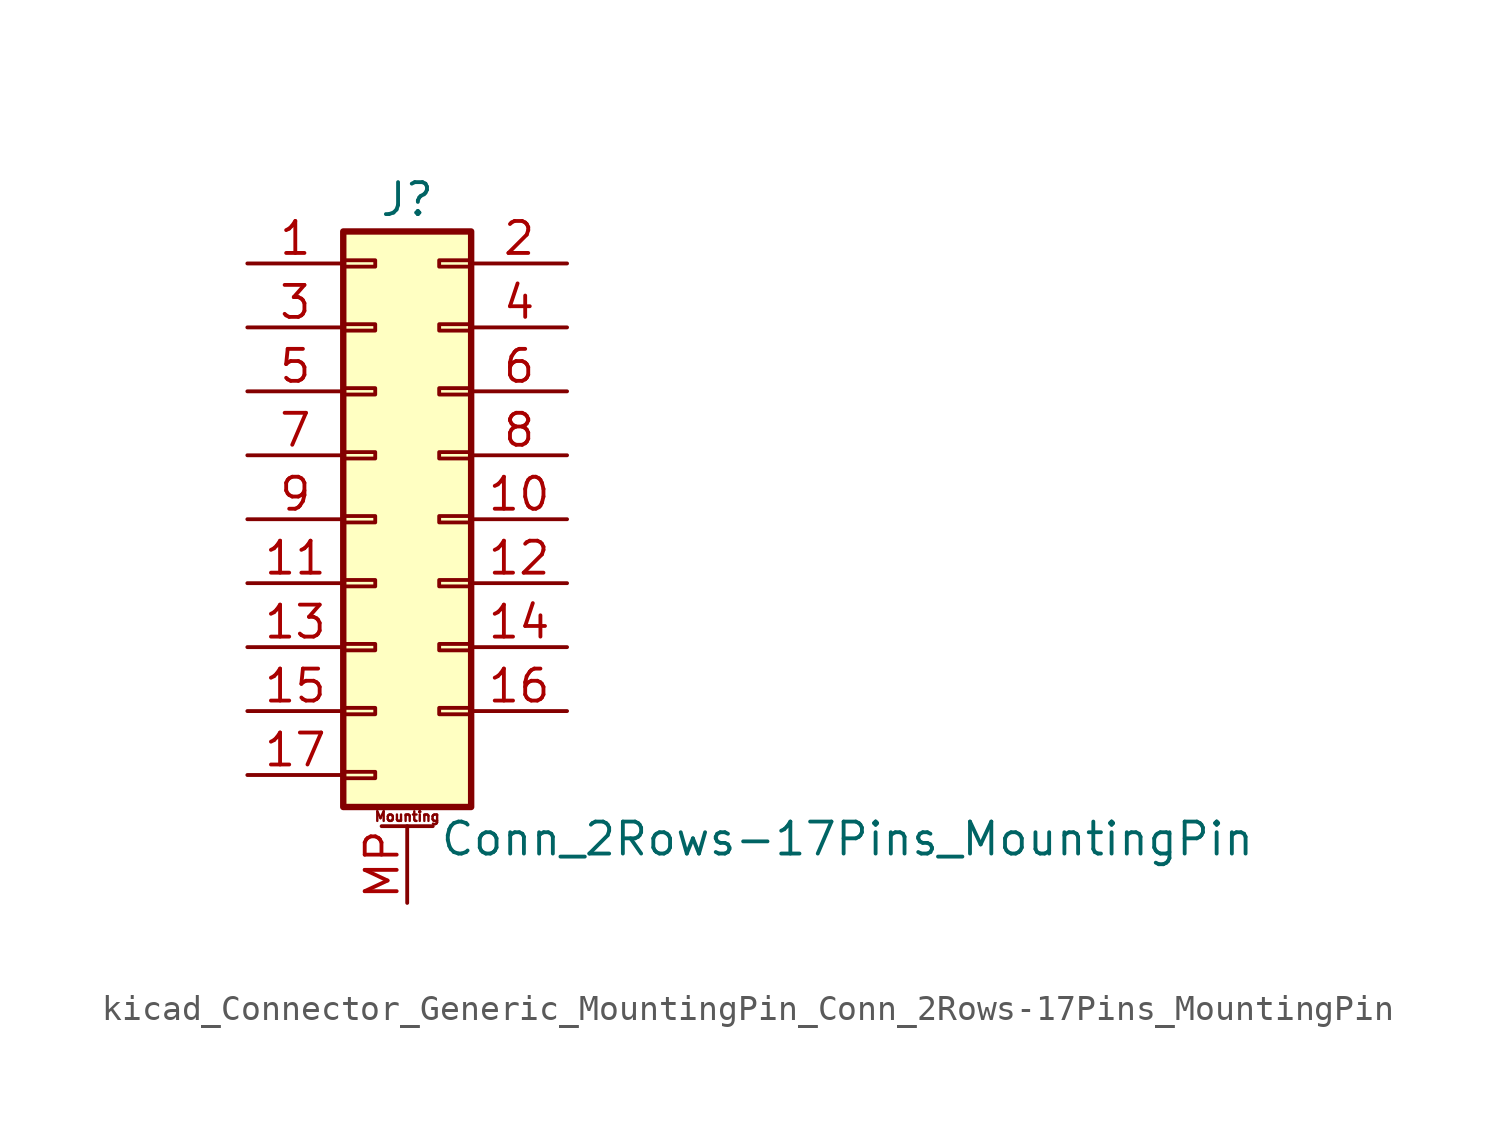
<source format=kicad_sym>
(kicad_symbol_lib
  (version 20220914)
  (generator kicad_symbol_editor)
  (symbol "kicad_Connector_Generic_MountingPin_Conn_2Rows-17Pins_MountingPin"
    (pin_names
      (offset 1.016) hide)
    (property "Reference" "J"
      (at 1.27 12.7 0)
      (effects (font (size 1.27 1.27))))
    (property "Value" "Conn_2Rows-17Pins_MountingPin"
      (at 2.54 -12.7 0)
      (effects (font (size 1.27 1.27)) (justify left)))
    (symbol "kicad_Connector_Generic_MountingPin_Conn_2Rows-17Pins_MountingPin_1_1"
      (rectangle (start -1.27 -10.033) (end 0 -10.287) (stroke (width 0.152) (type default)) (fill (type none)))
      (rectangle (start -1.27 -7.493) (end 0 -7.747) (stroke (width 0.152) (type default)) (fill (type none)))
      (rectangle (start -1.27 -4.953) (end 0 -5.207) (stroke (width 0.152) (type default)) (fill (type none)))
      (rectangle (start -1.27 -2.413) (end 0 -2.667) (stroke (width 0.152) (type default)) (fill (type none)))
      (rectangle (start -1.27 0.127) (end 0 -0.127) (stroke (width 0.152) (type default)) (fill (type none)))
      (rectangle (start -1.27 2.667) (end 0 2.413) (stroke (width 0.152) (type default)) (fill (type none)))
      (rectangle (start -1.27 5.207) (end 0 4.953) (stroke (width 0.152) (type default)) (fill (type none)))
      (rectangle (start -1.27 7.747) (end 0 7.493) (stroke (width 0.152) (type default)) (fill (type none)))
      (rectangle (start -1.27 10.287) (end 0 10.033) (stroke (width 0.152) (type default)) (fill (type none)))
      (rectangle (start -1.27 11.43) (end 3.81 -11.43) (stroke (width 0.254) (type default)) (fill (type background)))
      (polyline (pts (xy 0.254 -12.192) (xy 2.286 -12.192)) (stroke (width 0.152) (type default)) (fill (type none)))
      (rectangle (start 3.81 -7.493) (end 2.54 -7.747) (stroke (width 0.152) (type default)) (fill (type none)))
      (rectangle (start 3.81 -4.953) (end 2.54 -5.207) (stroke (width 0.152) (type default)) (fill (type none)))
      (rectangle (start 3.81 -2.413) (end 2.54 -2.667) (stroke (width 0.152) (type default)) (fill (type none)))
      (rectangle (start 3.81 0.127) (end 2.54 -0.127) (stroke (width 0.152) (type default)) (fill (type none)))
      (rectangle (start 3.81 2.667) (end 2.54 2.413) (stroke (width 0.152) (type default)) (fill (type none)))
      (rectangle (start 3.81 5.207) (end 2.54 4.953) (stroke (width 0.152) (type default)) (fill (type none)))
      (rectangle (start 3.81 7.747) (end 2.54 7.493) (stroke (width 0.152) (type default)) (fill (type none)))
      (rectangle (start 3.81 10.287) (end 2.54 10.033) (stroke (width 0.152) (type default)) (fill (type none)))
      (text "Mounting" (at 1.27 -11.811 0) (effects (font (size 0.381 0.381))))
      (pin passive line (at -5.08 10.16 0) (length 3.81) (name "Pin_1" (effects (font (size 1.27 1.27)))) (number "1" (effects (font (size 1.27 1.27)))))
      (pin passive line (at 7.62 0 180) (length 3.81) (name "Pin_10" (effects (font (size 1.27 1.27)))) (number "10" (effects (font (size 1.27 1.27)))))
      (pin passive line (at -5.08 -2.54 0) (length 3.81) (name "Pin_11" (effects (font (size 1.27 1.27)))) (number "11" (effects (font (size 1.27 1.27)))))
      (pin passive line (at 7.62 -2.54 180) (length 3.81) (name "Pin_12" (effects (font (size 1.27 1.27)))) (number "12" (effects (font (size 1.27 1.27)))))
      (pin passive line (at -5.08 -5.08 0) (length 3.81) (name "Pin_13" (effects (font (size 1.27 1.27)))) (number "13" (effects (font (size 1.27 1.27)))))
      (pin passive line (at 7.62 -5.08 180) (length 3.81) (name "Pin_14" (effects (font (size 1.27 1.27)))) (number "14" (effects (font (size 1.27 1.27)))))
      (pin passive line (at -5.08 -7.62 0) (length 3.81) (name "Pin_15" (effects (font (size 1.27 1.27)))) (number "15" (effects (font (size 1.27 1.27)))))
      (pin passive line (at 7.62 -7.62 180) (length 3.81) (name "Pin_16" (effects (font (size 1.27 1.27)))) (number "16" (effects (font (size 1.27 1.27)))))
      (pin passive line (at -5.08 -10.16 0) (length 3.81) (name "Pin_17" (effects (font (size 1.27 1.27)))) (number "17" (effects (font (size 1.27 1.27)))))
      (pin passive line (at 7.62 10.16 180) (length 3.81) (name "Pin_2" (effects (font (size 1.27 1.27)))) (number "2" (effects (font (size 1.27 1.27)))))
      (pin passive line (at -5.08 7.62 0) (length 3.81) (name "Pin_3" (effects (font (size 1.27 1.27)))) (number "3" (effects (font (size 1.27 1.27)))))
      (pin passive line (at 7.62 7.62 180) (length 3.81) (name "Pin_4" (effects (font (size 1.27 1.27)))) (number "4" (effects (font (size 1.27 1.27)))))
      (pin passive line (at -5.08 5.08 0) (length 3.81) (name "Pin_5" (effects (font (size 1.27 1.27)))) (number "5" (effects (font (size 1.27 1.27)))))
      (pin passive line (at 7.62 5.08 180) (length 3.81) (name "Pin_6" (effects (font (size 1.27 1.27)))) (number "6" (effects (font (size 1.27 1.27)))))
      (pin passive line (at -5.08 2.54 0) (length 3.81) (name "Pin_7" (effects (font (size 1.27 1.27)))) (number "7" (effects (font (size 1.27 1.27)))))
      (pin passive line (at 7.62 2.54 180) (length 3.81) (name "Pin_8" (effects (font (size 1.27 1.27)))) (number "8" (effects (font (size 1.27 1.27)))))
      (pin passive line (at -5.08 0 0) (length 3.81) (name "Pin_9" (effects (font (size 1.27 1.27)))) (number "9" (effects (font (size 1.27 1.27)))))
      (pin passive line (at 1.27 -15.24 90) (length 3.048) (name "MountPin" (effects (font (size 1.27 1.27)))) (number "MP" (effects (font (size 1.27 1.27))))))))
</source>
